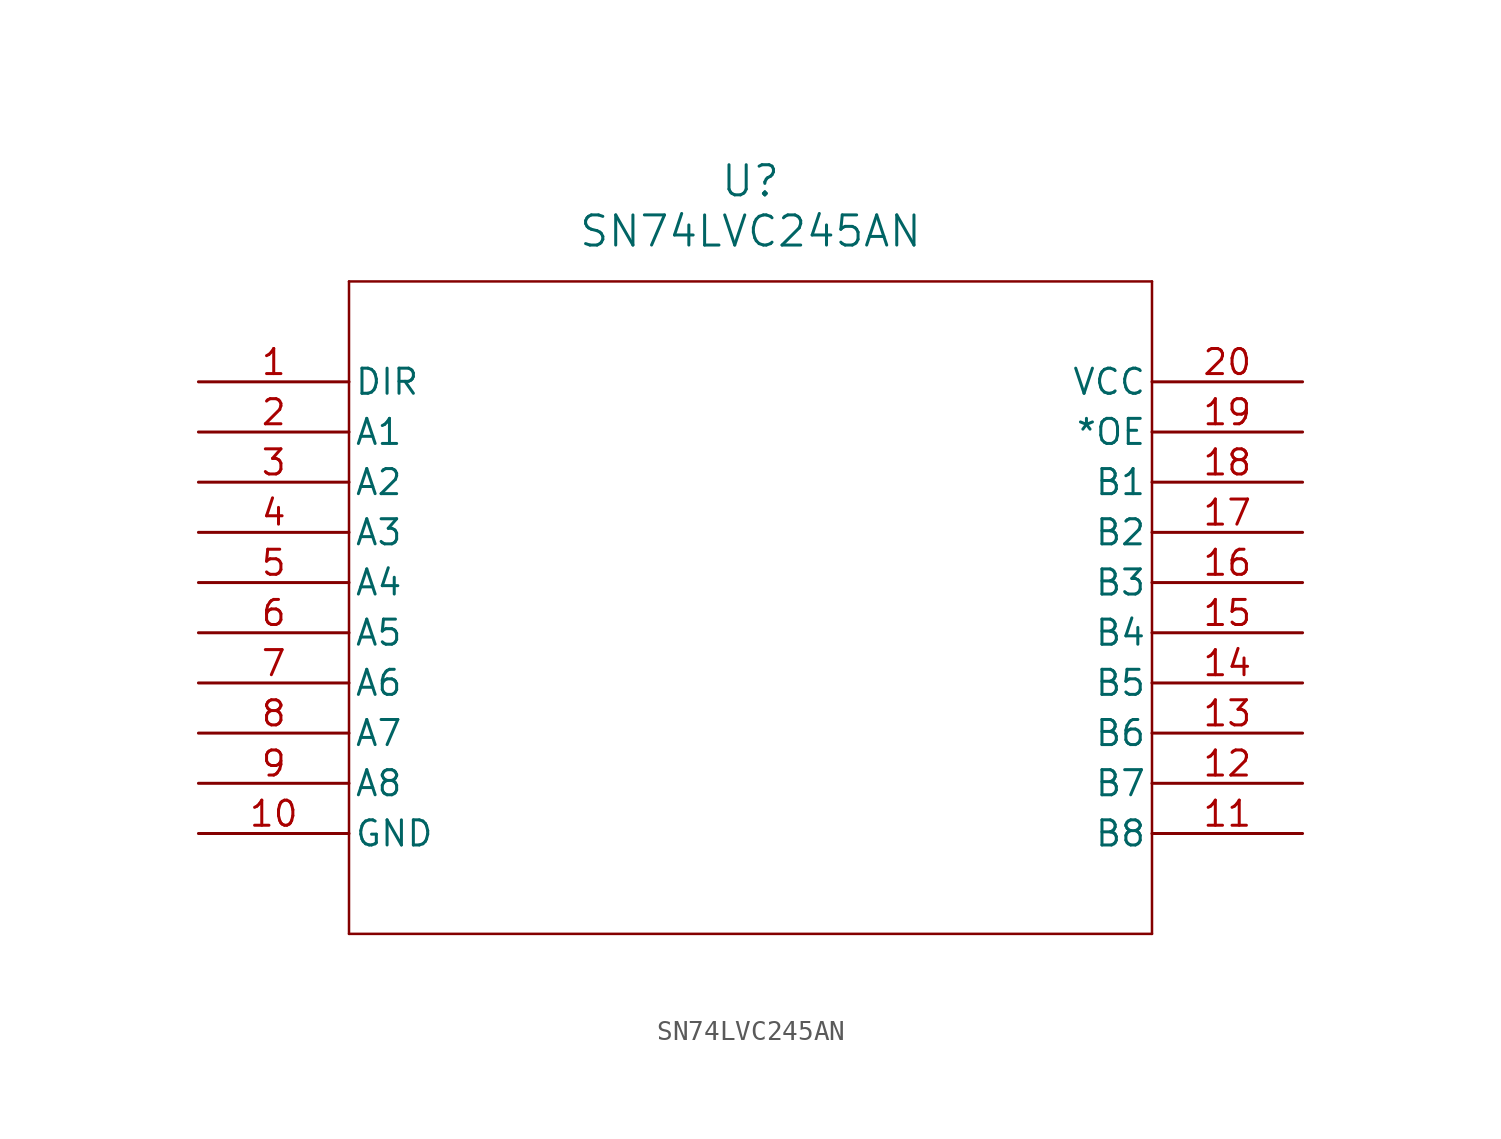
<source format=kicad_sym>
(kicad_symbol_lib
  (version 20211014)
  (generator kicad_symbol_editor)
  (symbol "SN74LVC245AN"
    (pin_names
      (offset 0.254))
    (property "Reference" "U"
      (at 27.94 10.16 0)
      (effects (font (size 1.524 1.524))))
    (property "Value" "SN74LVC245AN"
      (at 27.94 7.62 0)
      (effects (font (size 1.524 1.524))))
    (symbol "SN74LVC245AN_0_1"
      (polyline (pts (xy 7.62 5.08) (xy 7.62 -27.94)) (stroke (width 0.127) (type default) (color 0 0 0 0)) (fill (type none)))
      (polyline (pts (xy 7.62 -27.94) (xy 48.26 -27.94)) (stroke (width 0.127) (type default) (color 0 0 0 0)) (fill (type none)))
      (polyline (pts (xy 48.26 -27.94) (xy 48.26 5.08)) (stroke (width 0.127) (type default) (color 0 0 0 0)) (fill (type none)))
      (polyline (pts (xy 48.26 5.08) (xy 7.62 5.08)) (stroke (width 0.127) (type default) (color 0 0 0 0)) (fill (type none)))
      (pin input line (at 0 0 0) (length 7.62) (name "DIR" (effects (font (size 1.27 1.27)))) (number "1" (effects (font (size 1.27 1.27)))))
      (pin bidirectional line (at 0 -2.54 0) (length 7.62) (name "A1" (effects (font (size 1.27 1.27)))) (number "2" (effects (font (size 1.27 1.27)))))
      (pin bidirectional line (at 0 -5.08 0) (length 7.62) (name "A2" (effects (font (size 1.27 1.27)))) (number "3" (effects (font (size 1.27 1.27)))))
      (pin bidirectional line (at 0 -7.62 0) (length 7.62) (name "A3" (effects (font (size 1.27 1.27)))) (number "4" (effects (font (size 1.27 1.27)))))
      (pin bidirectional line (at 0 -10.16 0) (length 7.62) (name "A4" (effects (font (size 1.27 1.27)))) (number "5" (effects (font (size 1.27 1.27)))))
      (pin bidirectional line (at 0 -12.7 0) (length 7.62) (name "A5" (effects (font (size 1.27 1.27)))) (number "6" (effects (font (size 1.27 1.27)))))
      (pin bidirectional line (at 0 -15.24 0) (length 7.62) (name "A6" (effects (font (size 1.27 1.27)))) (number "7" (effects (font (size 1.27 1.27)))))
      (pin bidirectional line (at 0 -17.78 0) (length 7.62) (name "A7" (effects (font (size 1.27 1.27)))) (number "8" (effects (font (size 1.27 1.27)))))
      (pin bidirectional line (at 0 -20.32 0) (length 7.62) (name "A8" (effects (font (size 1.27 1.27)))) (number "9" (effects (font (size 1.27 1.27)))))
      (pin power_in line (at 0 -22.86 0) (length 7.62) (name "GND" (effects (font (size 1.27 1.27)))) (number "10" (effects (font (size 1.27 1.27)))))
      (pin bidirectional line (at 55.88 -22.86 180) (length 7.62) (name "B8" (effects (font (size 1.27 1.27)))) (number "11" (effects (font (size 1.27 1.27)))))
      (pin bidirectional line (at 55.88 -20.32 180) (length 7.62) (name "B7" (effects (font (size 1.27 1.27)))) (number "12" (effects (font (size 1.27 1.27)))))
      (pin bidirectional line (at 55.88 -17.78 180) (length 7.62) (name "B6" (effects (font (size 1.27 1.27)))) (number "13" (effects (font (size 1.27 1.27)))))
      (pin bidirectional line (at 55.88 -15.24 180) (length 7.62) (name "B5" (effects (font (size 1.27 1.27)))) (number "14" (effects (font (size 1.27 1.27)))))
      (pin bidirectional line (at 55.88 -12.7 180) (length 7.62) (name "B4" (effects (font (size 1.27 1.27)))) (number "15" (effects (font (size 1.27 1.27)))))
      (pin bidirectional line (at 55.88 -10.16 180) (length 7.62) (name "B3" (effects (font (size 1.27 1.27)))) (number "16" (effects (font (size 1.27 1.27)))))
      (pin bidirectional line (at 55.88 -7.62 180) (length 7.62) (name "B2" (effects (font (size 1.27 1.27)))) (number "17" (effects (font (size 1.27 1.27)))))
      (pin bidirectional line (at 55.88 -5.08 180) (length 7.62) (name "B1" (effects (font (size 1.27 1.27)))) (number "18" (effects (font (size 1.27 1.27)))))
      (pin input line (at 55.88 -2.54 180) (length 7.62) (name "*OE" (effects (font (size 1.27 1.27)))) (number "19" (effects (font (size 1.27 1.27)))))
      (pin power_in line (at 55.88 0 180) (length 7.62) (name "VCC" (effects (font (size 1.27 1.27)))) (number "20" (effects (font (size 1.27 1.27))))))))
</source>
